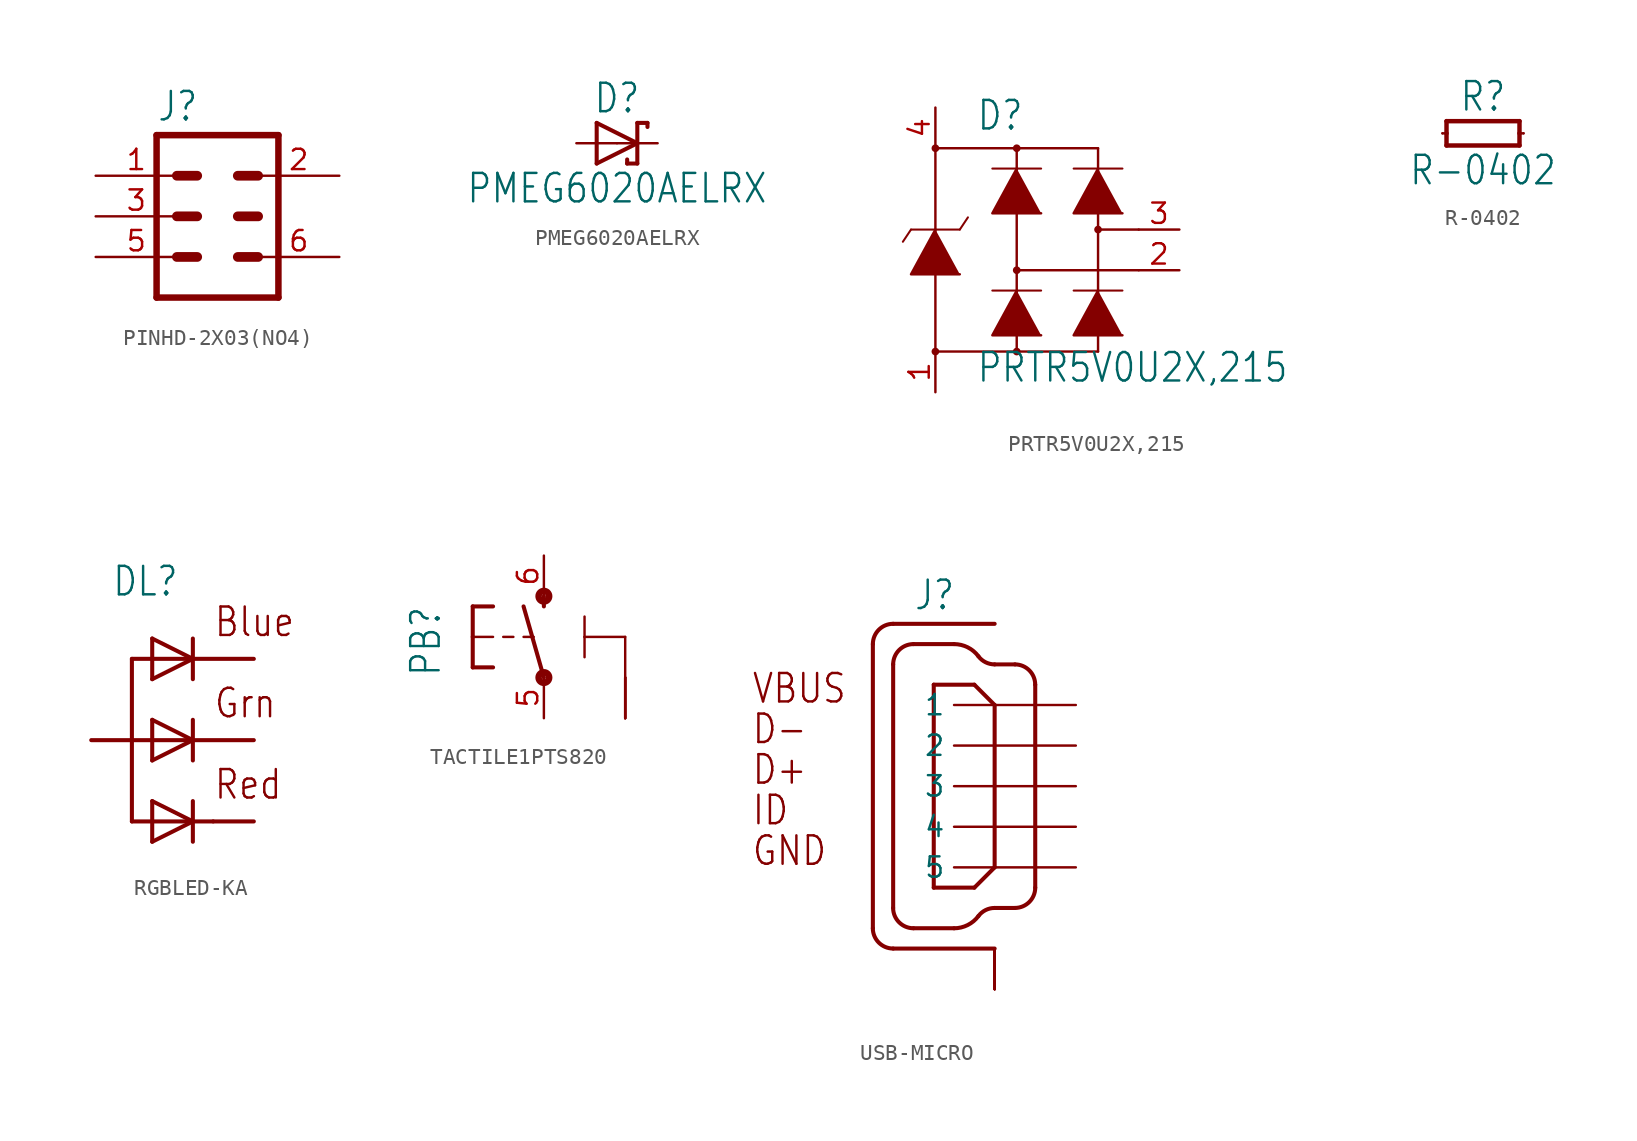
<source format=kicad_sym>
(kicad_symbol_lib
  (version 20211014)
  (generator kicad_symbol_editor)
  (symbol "PINHD-2X03(NO4)"
    (property "Reference" "J"
      (at -3.81 5.842 0)
      (effects (font (size 1.778 1.511)) (justify left bottom)))
    (property "ki_locked" ""
      (at 0 0 0)
      (effects (font (size 1.27 1.27))))
    (symbol "PINHD-2X03(NO4)_1_0"
      (polyline (pts (xy -3.81 5.08) (xy -3.81 -5.08)) (stroke (width 0.406) (type default) (color 0 0 0 0)) (fill (type none)))
      (polyline (pts (xy -3.81 5.08) (xy 3.81 5.08)) (stroke (width 0.406) (type default) (color 0 0 0 0)) (fill (type none)))
      (polyline (pts (xy -2.54 -2.54) (xy -1.27 -2.54)) (stroke (width 0.61) (type default) (color 0 0 0 0)) (fill (type none)))
      (polyline (pts (xy -2.54 0) (xy -1.27 0)) (stroke (width 0.61) (type default) (color 0 0 0 0)) (fill (type none)))
      (polyline (pts (xy -2.54 2.54) (xy -1.27 2.54)) (stroke (width 0.61) (type default) (color 0 0 0 0)) (fill (type none)))
      (polyline (pts (xy 1.27 -2.54) (xy 2.54 -2.54)) (stroke (width 0.61) (type default) (color 0 0 0 0)) (fill (type none)))
      (polyline (pts (xy 1.27 0) (xy 2.54 0)) (stroke (width 0.61) (type default) (color 0 0 0 0)) (fill (type none)))
      (polyline (pts (xy 1.27 2.54) (xy 2.54 2.54)) (stroke (width 0.61) (type default) (color 0 0 0 0)) (fill (type none)))
      (polyline (pts (xy 3.81 -5.08) (xy -3.81 -5.08)) (stroke (width 0.406) (type default) (color 0 0 0 0)) (fill (type none)))
      (polyline (pts (xy 3.81 -5.08) (xy 3.81 5.08)) (stroke (width 0.406) (type default) (color 0 0 0 0)) (fill (type none)))
      (pin passive line (at -7.62 2.54 0) (length 5.08) (name "1" (effects (font (size 0 0)))) (number "1" (effects (font (size 1.27 1.27)))))
      (pin passive line (at 7.62 2.54 180) (length 5.08) (name "2" (effects (font (size 0 0)))) (number "2" (effects (font (size 1.27 1.27)))))
      (pin passive line (at -7.62 0 0) (length 5.08) (name "3" (effects (font (size 0 0)))) (number "3" (effects (font (size 1.27 1.27)))))
      (pin passive line (at -7.62 -2.54 0) (length 5.08) (name "5" (effects (font (size 0 0)))) (number "5" (effects (font (size 1.27 1.27)))))
      (pin passive line (at 7.62 -2.54 180) (length 5.08) (name "6" (effects (font (size 0 0)))) (number "6" (effects (font (size 1.27 1.27)))))))
  (symbol "PMEG6020AELRX"
    (property "Reference" "D"
      (at 0 1.778 0)
      (effects (font (size 1.778 1.511)) (justify bottom)))
    (property "Value" "PMEG6020AELRX"
      (at 0 -1.778 0)
      (effects (font (size 1.778 1.511)) (justify top)))
    (property "ki_locked" ""
      (at 0 0 0)
      (effects (font (size 1.27 1.27))))
    (symbol "PMEG6020AELRX_1_0"
      (polyline (pts (xy -1.27 -1.27) (xy 1.27 0)) (stroke (width 0.254) (type default) (color 0 0 0 0)) (fill (type none)))
      (polyline (pts (xy -1.27 1.27) (xy -1.27 -1.27)) (stroke (width 0.254) (type default) (color 0 0 0 0)) (fill (type none)))
      (polyline (pts (xy 0.635 -1.016) (xy 0.635 -1.27)) (stroke (width 0.254) (type default) (color 0 0 0 0)) (fill (type none)))
      (polyline (pts (xy 1.27 -1.27) (xy 0.635 -1.27)) (stroke (width 0.254) (type default) (color 0 0 0 0)) (fill (type none)))
      (polyline (pts (xy 1.27 0) (xy -1.27 1.27)) (stroke (width 0.254) (type default) (color 0 0 0 0)) (fill (type none)))
      (polyline (pts (xy 1.27 0) (xy 1.27 -1.27)) (stroke (width 0.254) (type default) (color 0 0 0 0)) (fill (type none)))
      (polyline (pts (xy 1.27 1.27) (xy 1.27 0)) (stroke (width 0.254) (type default) (color 0 0 0 0)) (fill (type none)))
      (polyline (pts (xy 1.905 1.27) (xy 1.27 1.27)) (stroke (width 0.254) (type default) (color 0 0 0 0)) (fill (type none)))
      (polyline (pts (xy 1.905 1.27) (xy 1.905 1.016)) (stroke (width 0.254) (type default) (color 0 0 0 0)) (fill (type none)))
      (pin passive line (at -2.54 0 0) (length 2.54) (name "A" (effects (font (size 0 0)))) (number "A" (effects (font (size 0 0)))))
      (pin passive line (at 2.54 0 180) (length 2.54) (name "C" (effects (font (size 0 0)))) (number "C" (effects (font (size 0 0)))))))
  (symbol "PRTR5V0U2X,215"
    (property "Reference" "D"
      (at -2.54 6.096 0)
      (effects (font (size 1.778 1.511)) (justify left bottom)))
    (property "Value" "PRTR5V0U2X,215"
      (at -2.54 -9.652 0)
      (effects (font (size 1.778 1.511)) (justify left bottom)))
    (property "ki_locked" ""
      (at 0 0 0)
      (effects (font (size 1.27 1.27))))
    (symbol "PRTR5V0U2X,215_1_0"
      (circle (center -5.08 -7.62) (radius 0.102) (stroke (width 0.127) (type default) (color 0 0 0 0)) (fill (type none)))
      (circle (center -5.08 -7.62) (radius 0.178) (stroke (width 0.127) (type default) (color 0 0 0 0)) (fill (type none)))
      (circle (center -5.08 5.08) (radius 0.102) (stroke (width 0.127) (type default) (color 0 0 0 0)) (fill (type none)))
      (circle (center -5.08 5.08) (radius 0.178) (stroke (width 0.127) (type default) (color 0 0 0 0)) (fill (type none)))
      (circle (center 0 -7.62) (radius 0.102) (stroke (width 0.127) (type default) (color 0 0 0 0)) (fill (type none)))
      (circle (center 0 -7.62) (radius 0.178) (stroke (width 0.127) (type default) (color 0 0 0 0)) (fill (type none)))
      (circle (center 0 -2.54) (radius 0.102) (stroke (width 0.127) (type default) (color 0 0 0 0)) (fill (type none)))
      (circle (center 0 -2.54) (radius 0.178) (stroke (width 0.127) (type default) (color 0 0 0 0)) (fill (type none)))
      (polyline (pts (xy -6.604 0) (xy -7.112 -0.762)) (stroke (width 0.127) (type default) (color 0 0 0 0)) (fill (type none)))
      (polyline (pts (xy -6.604 0) (xy -3.556 0)) (stroke (width 0.127) (type default) (color 0 0 0 0)) (fill (type none)))
      (polyline (pts (xy -5.08 -7.62) (xy 5.08 -7.62)) (stroke (width 0.152) (type default) (color 0 0 0 0)) (fill (type none)))
      (polyline (pts (xy -5.08 5.08) (xy -5.08 -7.62)) (stroke (width 0.152) (type default) (color 0 0 0 0)) (fill (type none)))
      (polyline (pts (xy -5.08 5.08) (xy 5.08 5.08)) (stroke (width 0.152) (type default) (color 0 0 0 0)) (fill (type none)))
      (polyline (pts (xy -3.048 0.762) (xy -3.556 0)) (stroke (width 0.127) (type default) (color 0 0 0 0)) (fill (type none)))
      (polyline (pts (xy -1.524 -3.81) (xy 1.524 -3.81)) (stroke (width 0.127) (type default) (color 0 0 0 0)) (fill (type none)))
      (polyline (pts (xy -1.524 3.81) (xy 1.524 3.81)) (stroke (width 0.127) (type default) (color 0 0 0 0)) (fill (type none)))
      (polyline (pts (xy 0 -7.62) (xy 0 5.08)) (stroke (width 0.152) (type default) (color 0 0 0 0)) (fill (type none)))
      (polyline (pts (xy 0 -2.54) (xy 7.62 -2.54)) (stroke (width 0.152) (type default) (color 0 0 0 0)) (fill (type none)))
      (polyline (pts (xy 3.556 -3.81) (xy 6.604 -3.81)) (stroke (width 0.127) (type default) (color 0 0 0 0)) (fill (type none)))
      (polyline (pts (xy 3.556 3.81) (xy 6.604 3.81)) (stroke (width 0.127) (type default) (color 0 0 0 0)) (fill (type none)))
      (polyline (pts (xy 5.08 -7.62) (xy 5.08 5.08)) (stroke (width 0.152) (type default) (color 0 0 0 0)) (fill (type none)))
      (polyline (pts (xy 5.08 0) (xy 7.62 0)) (stroke (width 0.152) (type default) (color 0 0 0 0)) (fill (type none)))
      (polyline (pts (xy -5.08 0) (xy -6.604 -2.794) (xy -3.556 -2.794)) (stroke (width 0) (type default) (color 0 0 0 0)) (fill (type outline)))
      (polyline (pts (xy 0 -3.81) (xy -1.524 -6.604) (xy 1.524 -6.604)) (stroke (width 0) (type default) (color 0 0 0 0)) (fill (type outline)))
      (polyline (pts (xy 0 3.81) (xy -1.524 1.016) (xy 1.524 1.016)) (stroke (width 0) (type default) (color 0 0 0 0)) (fill (type outline)))
      (polyline (pts (xy 5.08 -3.81) (xy 3.556 -6.604) (xy 6.604 -6.604)) (stroke (width 0) (type default) (color 0 0 0 0)) (fill (type outline)))
      (polyline (pts (xy 5.08 3.81) (xy 3.556 1.016) (xy 6.604 1.016)) (stroke (width 0) (type default) (color 0 0 0 0)) (fill (type outline)))
      (circle (center 0 5.08) (radius 0.102) (stroke (width 0.127) (type default) (color 0 0 0 0)) (fill (type none)))
      (circle (center 0 5.08) (radius 0.178) (stroke (width 0.127) (type default) (color 0 0 0 0)) (fill (type none)))
      (circle (center 5.08 0) (radius 0.102) (stroke (width 0.127) (type default) (color 0 0 0 0)) (fill (type none)))
      (circle (center 5.08 0) (radius 0.178) (stroke (width 0.127) (type default) (color 0 0 0 0)) (fill (type none)))
      (pin passive line (at -5.08 -10.16 90) (length 2.54) (name "1" (effects (font (size 0 0)))) (number "1" (effects (font (size 1.27 1.27)))))
      (pin passive line (at 10.16 -2.54 180) (length 2.54) (name "2" (effects (font (size 0 0)))) (number "2" (effects (font (size 1.27 1.27)))))
      (pin passive line (at 10.16 0 180) (length 2.54) (name "3" (effects (font (size 0 0)))) (number "3" (effects (font (size 1.27 1.27)))))
      (pin passive line (at -5.08 7.62 270) (length 2.54) (name "4" (effects (font (size 0 0)))) (number "4" (effects (font (size 1.27 1.27)))))))
  (symbol "R-0402"
    (property "Reference" "R"
      (at 0 1.27 0)
      (effects (font (size 1.778 1.511)) (justify bottom)))
    (property "Value" "R-0402"
      (at 0 -1.27 0)
      (effects (font (size 1.778 1.511)) (justify top)))
    (property "ki_locked" ""
      (at 0 0 0)
      (effects (font (size 1.27 1.27))))
    (symbol "R-0402_1_0"
      (polyline (pts (xy -2.54 0) (xy -2.286 0)) (stroke (width 0.152) (type default) (color 0 0 0 0)) (fill (type none)))
      (polyline (pts (xy -2.286 -0.762) (xy -2.286 0)) (stroke (width 0.279) (type default) (color 0 0 0 0)) (fill (type none)))
      (polyline (pts (xy -2.286 -0.762) (xy 2.286 -0.762)) (stroke (width 0.279) (type default) (color 0 0 0 0)) (fill (type none)))
      (polyline (pts (xy -2.286 0) (xy -2.286 0.762)) (stroke (width 0.279) (type default) (color 0 0 0 0)) (fill (type none)))
      (polyline (pts (xy -2.286 0.762) (xy 2.286 0.762)) (stroke (width 0.279) (type default) (color 0 0 0 0)) (fill (type none)))
      (polyline (pts (xy 2.286 0) (xy 2.286 -0.762)) (stroke (width 0.279) (type default) (color 0 0 0 0)) (fill (type none)))
      (polyline (pts (xy 2.286 0) (xy 2.54 0)) (stroke (width 0.152) (type default) (color 0 0 0 0)) (fill (type none)))
      (polyline (pts (xy 2.286 0.762) (xy 2.286 0)) (stroke (width 0.279) (type default) (color 0 0 0 0)) (fill (type none)))
      (pin passive line (at -2.54 0 0) (length 0) (name "1" (effects (font (size 0 0)))) (number "1" (effects (font (size 0 0)))))
      (pin passive line (at 2.54 0 180) (length 0) (name "2" (effects (font (size 0 0)))) (number "2" (effects (font (size 0 0)))))))
  (symbol "RGBLED-KA"
    (property "Reference" "DL"
      (at -3.81 8.89 0)
      (effects (font (size 1.778 1.511)) (justify left bottom)))
    (property "ki_locked" ""
      (at 0 0 0)
      (effects (font (size 1.27 1.27))))
    (symbol "RGBLED-KA_1_0"
      (polyline (pts (xy -2.54 -5.08) (xy -2.54 0)) (stroke (width 0.254) (type default) (color 0 0 0 0)) (fill (type none)))
      (polyline (pts (xy -2.54 0) (xy -5.08 0)) (stroke (width 0.254) (type default) (color 0 0 0 0)) (fill (type none)))
      (polyline (pts (xy -2.54 0) (xy -2.54 5.08)) (stroke (width 0.254) (type default) (color 0 0 0 0)) (fill (type none)))
      (polyline (pts (xy -2.54 5.08) (xy 1.27 5.08)) (stroke (width 0.254) (type default) (color 0 0 0 0)) (fill (type none)))
      (polyline (pts (xy -1.27 -6.35) (xy 1.27 -5.08)) (stroke (width 0.254) (type default) (color 0 0 0 0)) (fill (type none)))
      (polyline (pts (xy -1.27 -3.81) (xy -1.27 -6.35)) (stroke (width 0.254) (type default) (color 0 0 0 0)) (fill (type none)))
      (polyline (pts (xy -1.27 -1.27) (xy 1.27 0)) (stroke (width 0.254) (type default) (color 0 0 0 0)) (fill (type none)))
      (polyline (pts (xy -1.27 1.27) (xy -1.27 -1.27)) (stroke (width 0.254) (type default) (color 0 0 0 0)) (fill (type none)))
      (polyline (pts (xy -1.27 3.81) (xy 1.27 5.08)) (stroke (width 0.254) (type default) (color 0 0 0 0)) (fill (type none)))
      (polyline (pts (xy -1.27 6.35) (xy -1.27 3.81)) (stroke (width 0.254) (type default) (color 0 0 0 0)) (fill (type none)))
      (polyline (pts (xy 1.27 -6.35) (xy 1.27 -5.08)) (stroke (width 0.254) (type default) (color 0 0 0 0)) (fill (type none)))
      (polyline (pts (xy 1.27 -5.08) (xy -2.54 -5.08)) (stroke (width 0.254) (type default) (color 0 0 0 0)) (fill (type none)))
      (polyline (pts (xy 1.27 -5.08) (xy -1.27 -3.81)) (stroke (width 0.254) (type default) (color 0 0 0 0)) (fill (type none)))
      (polyline (pts (xy 1.27 -5.08) (xy 1.27 -3.81)) (stroke (width 0.254) (type default) (color 0 0 0 0)) (fill (type none)))
      (polyline (pts (xy 1.27 -5.08) (xy 2.54 -5.08)) (stroke (width 0.254) (type default) (color 0 0 0 0)) (fill (type none)))
      (polyline (pts (xy 1.27 0) (xy -2.54 0)) (stroke (width 0.254) (type default) (color 0 0 0 0)) (fill (type none)))
      (polyline (pts (xy 1.27 0) (xy -1.27 1.27)) (stroke (width 0.254) (type default) (color 0 0 0 0)) (fill (type none)))
      (polyline (pts (xy 1.27 0) (xy 1.27 -1.27)) (stroke (width 0.254) (type default) (color 0 0 0 0)) (fill (type none)))
      (polyline (pts (xy 1.27 1.27) (xy 1.27 0)) (stroke (width 0.254) (type default) (color 0 0 0 0)) (fill (type none)))
      (polyline (pts (xy 1.27 5.08) (xy -1.27 6.35)) (stroke (width 0.254) (type default) (color 0 0 0 0)) (fill (type none)))
      (polyline (pts (xy 1.27 5.08) (xy 1.27 3.81)) (stroke (width 0.254) (type default) (color 0 0 0 0)) (fill (type none)))
      (polyline (pts (xy 1.27 5.08) (xy 5.08 5.08)) (stroke (width 0.254) (type default) (color 0 0 0 0)) (fill (type none)))
      (polyline (pts (xy 1.27 6.35) (xy 1.27 5.08)) (stroke (width 0.254) (type default) (color 0 0 0 0)) (fill (type none)))
      (polyline (pts (xy 2.54 -5.08) (xy 5.08 -5.08)) (stroke (width 0.254) (type default) (color 0 0 0 0)) (fill (type none)))
      (polyline (pts (xy 5.08 0) (xy 1.27 0)) (stroke (width 0.254) (type default) (color 0 0 0 0)) (fill (type none)))
      (text "Blue" (at 2.54 6.35 0) (effects (font (size 1.778 1.511)) (justify left bottom)))
      (text "Grn" (at 2.54 1.27 0) (effects (font (size 1.778 1.511)) (justify left bottom)))
      (text "Red" (at 2.54 -3.81 0) (effects (font (size 1.778 1.511)) (justify left bottom)))
      (pin bidirectional line (at -5.08 0 0) (length 0) (name "A" (effects (font (size 0 0)))) (number "1" (effects (font (size 0 0)))))
      (pin bidirectional line (at 5.08 -5.08 180) (length 0) (name "RED_C" (effects (font (size 0 0)))) (number "2" (effects (font (size 0 0)))))
      (pin bidirectional line (at 5.08 5.08 180) (length 0) (name "BLUE_C" (effects (font (size 0 0)))) (number "3" (effects (font (size 0 0)))))
      (pin bidirectional line (at 5.08 0 180) (length 0) (name "GREEN_C" (effects (font (size 0 0)))) (number "4" (effects (font (size 0 0)))))))
  (symbol "TACTILE1PTS820"
    (property "Reference" "PB"
      (at -6.35 -2.54 90)
      (effects (font (size 1.778 1.511)) (justify left bottom)))
    (property "ki_locked" ""
      (at 0 0 0)
      (effects (font (size 1.27 1.27))))
    (symbol "TACTILE1PTS820_1_0"
      (circle (center 0 -2.54) (radius 0.127) (stroke (width 0.406) (type default) (color 0 0 0 0)) (fill (type none)))
      (polyline (pts (xy -4.445 -1.905) (xy -3.175 -1.905)) (stroke (width 0.254) (type default) (color 0 0 0 0)) (fill (type none)))
      (polyline (pts (xy -4.445 0) (xy -4.445 -1.905)) (stroke (width 0.254) (type default) (color 0 0 0 0)) (fill (type none)))
      (polyline (pts (xy -4.445 0) (xy -3.175 0)) (stroke (width 0.152) (type default) (color 0 0 0 0)) (fill (type none)))
      (polyline (pts (xy -4.445 1.905) (xy -4.445 0)) (stroke (width 0.254) (type default) (color 0 0 0 0)) (fill (type none)))
      (polyline (pts (xy -4.445 1.905) (xy -3.175 1.905)) (stroke (width 0.254) (type default) (color 0 0 0 0)) (fill (type none)))
      (polyline (pts (xy -2.54 0) (xy -1.905 0)) (stroke (width 0.152) (type default) (color 0 0 0 0)) (fill (type none)))
      (polyline (pts (xy -1.27 0) (xy -0.635 0)) (stroke (width 0.152) (type default) (color 0 0 0 0)) (fill (type none)))
      (polyline (pts (xy 0 -2.54) (xy -1.27 1.905)) (stroke (width 0.254) (type default) (color 0 0 0 0)) (fill (type none)))
      (polyline (pts (xy 0 1.905) (xy 0 2.54)) (stroke (width 0.254) (type default) (color 0 0 0 0)) (fill (type none)))
      (polyline (pts (xy 2.54 0) (xy 2.54 -1.27)) (stroke (width 0.152) (type default) (color 0 0 0 0)) (fill (type none)))
      (polyline (pts (xy 2.54 0) (xy 2.54 1.27)) (stroke (width 0.152) (type default) (color 0 0 0 0)) (fill (type none)))
      (polyline (pts (xy 5.08 -2.54) (xy 5.08 0)) (stroke (width 0.152) (type default) (color 0 0 0 0)) (fill (type none)))
      (polyline (pts (xy 5.08 0) (xy 2.54 0)) (stroke (width 0.152) (type default) (color 0 0 0 0)) (fill (type none)))
      (circle (center 0 2.54) (radius 0.127) (stroke (width 0.406) (type default) (color 0 0 0 0)) (fill (type none)))
      (pin power_in line (at 5.08 -5.08 90) (length 2.54) (name "3" (effects (font (size 0 0)))) (number "1" (effects (font (size 0 0)))))
      (pin power_in line (at 5.08 -5.08 90) (length 2.54) (name "3" (effects (font (size 0 0)))) (number "2" (effects (font (size 0 0)))))
      (pin power_in line (at 5.08 -5.08 90) (length 2.54) (name "3" (effects (font (size 0 0)))) (number "3" (effects (font (size 0 0)))))
      (pin power_in line (at 5.08 -5.08 90) (length 2.54) (name "3" (effects (font (size 0 0)))) (number "4" (effects (font (size 0 0)))))
      (pin passive line (at 0 -5.08 90) (length 2.54) (name "1" (effects (font (size 0 0)))) (number "5" (effects (font (size 1.27 1.27)))))
      (pin passive line (at 0 5.08 270) (length 2.54) (name "2" (effects (font (size 0 0)))) (number "6" (effects (font (size 1.27 1.27)))))))
  (symbol "USB-MICRO"
    (property "Reference" "J"
      (at -2.54 10.922 0)
      (effects (font (size 1.778 1.511)) (justify left bottom)))
    (property "ki_locked" ""
      (at 0 0 0)
      (effects (font (size 1.27 1.27))))
    (symbol "USB-MICRO_1_0"
      (arc (start -5.08 -8.89) (mid -4.708 -9.788) (end -3.81 -10.16) (stroke (width 0.254) (type default) (color 0 0 0 0)) (fill (type none)))
      (arc (start -3.81 -7.62) (mid -3.438 -8.518) (end -2.54 -8.89) (stroke (width 0.254) (type default) (color 0 0 0 0)) (fill (type none)))
      (arc (start -3.81 10.16) (mid -4.708 9.788) (end -5.08 8.89) (stroke (width 0.254) (type default) (color 0 0 0 0)) (fill (type none)))
      (arc (start -2.54 8.89) (mid -3.438 8.518) (end -3.81 7.62) (stroke (width 0.254) (type default) (color 0 0 0 0)) (fill (type none)))
      (arc (start 0 -8.89) (mid 0.8519 -8.6889) (end 1.524 -8.128) (stroke (width 0.254) (type default) (color 0 0 0 0)) (fill (type none)))
      (polyline (pts (xy -5.08 -8.89) (xy -5.08 8.89)) (stroke (width 0.254) (type default) (color 0 0 0 0)) (fill (type none)))
      (polyline (pts (xy -3.81 -7.62) (xy -3.81 7.62)) (stroke (width 0.254) (type default) (color 0 0 0 0)) (fill (type none)))
      (polyline (pts (xy -1.27 -6.35) (xy -1.27 6.35)) (stroke (width 0.254) (type default) (color 0 0 0 0)) (fill (type none)))
      (polyline (pts (xy -1.27 6.35) (xy 1.27 6.35)) (stroke (width 0.254) (type default) (color 0 0 0 0)) (fill (type none)))
      (polyline (pts (xy 0 -8.89) (xy -2.54 -8.89)) (stroke (width 0.254) (type default) (color 0 0 0 0)) (fill (type none)))
      (polyline (pts (xy 0 8.89) (xy -2.54 8.89)) (stroke (width 0.254) (type default) (color 0 0 0 0)) (fill (type none)))
      (polyline (pts (xy 1.27 -6.35) (xy -1.27 -6.35)) (stroke (width 0.254) (type default) (color 0 0 0 0)) (fill (type none)))
      (polyline (pts (xy 1.27 6.35) (xy 2.54 5.08)) (stroke (width 0.254) (type default) (color 0 0 0 0)) (fill (type none)))
      (polyline (pts (xy 2.54 -10.16) (xy -3.81 -10.16)) (stroke (width 0.254) (type default) (color 0 0 0 0)) (fill (type none)))
      (polyline (pts (xy 2.54 -5.08) (xy 1.27 -6.35)) (stroke (width 0.254) (type default) (color 0 0 0 0)) (fill (type none)))
      (polyline (pts (xy 2.54 5.08) (xy 2.54 -5.08)) (stroke (width 0.254) (type default) (color 0 0 0 0)) (fill (type none)))
      (polyline (pts (xy 2.54 10.16) (xy -3.81 10.16)) (stroke (width 0.254) (type default) (color 0 0 0 0)) (fill (type none)))
      (polyline (pts (xy 3.81 -7.62) (xy 2.54 -7.62)) (stroke (width 0.254) (type default) (color 0 0 0 0)) (fill (type none)))
      (polyline (pts (xy 3.81 7.62) (xy 2.54 7.62)) (stroke (width 0.254) (type default) (color 0 0 0 0)) (fill (type none)))
      (polyline (pts (xy 5.08 6.35) (xy 5.08 -6.35)) (stroke (width 0.254) (type default) (color 0 0 0 0)) (fill (type none)))
      (arc (start 1.524 8.128) (mid 0.8519 8.6889) (end 0 8.89) (stroke (width 0.254) (type default) (color 0 0 0 0)) (fill (type none)))
      (arc (start 1.524 8.128) (mid 1.972 7.7541) (end 2.54 7.62) (stroke (width 0.254) (type default) (color 0 0 0 0)) (fill (type none)))
      (arc (start 2.54 -7.62) (mid 1.972 -7.7541) (end 1.524 -8.128) (stroke (width 0.254) (type default) (color 0 0 0 0)) (fill (type none)))
      (arc (start 3.81 -7.62) (mid 4.708 -7.248) (end 5.08 -6.35) (stroke (width 0.254) (type default) (color 0 0 0 0)) (fill (type none)))
      (arc (start 5.08 6.35) (mid 4.708 7.248) (end 3.81 7.62) (stroke (width 0.254) (type default) (color 0 0 0 0)) (fill (type none)))
      (text "D+" (at -12.7 0 0) (effects (font (size 1.778 1.511)) (justify left bottom)))
      (text "D-" (at -12.7 2.54 0) (effects (font (size 1.778 1.511)) (justify left bottom)))
      (text "GND" (at -12.7 -5.08 0) (effects (font (size 1.778 1.511)) (justify left bottom)))
      (text "ID" (at -12.7 -2.54 0) (effects (font (size 1.778 1.511)) (justify left bottom)))
      (text "VBUS" (at -12.7 5.08 0) (effects (font (size 1.778 1.511)) (justify left bottom)))
      (pin passive line (at 7.62 5.08 180) (length 7.62) (name "1" (effects (font (size 1.27 1.27)))) (number "1" (effects (font (size 0 0)))))
      (pin passive line (at 2.54 -12.7 90) (length 2.54) (name "SH" (effects (font (size 0 0)))) (number "10" (effects (font (size 0 0)))))
      (pin passive line (at 2.54 -12.7 90) (length 2.54) (name "SH" (effects (font (size 0 0)))) (number "11" (effects (font (size 0 0)))))
      (pin passive line (at 7.62 2.54 180) (length 7.62) (name "2" (effects (font (size 1.27 1.27)))) (number "2" (effects (font (size 0 0)))))
      (pin passive line (at 7.62 0 180) (length 7.62) (name "3" (effects (font (size 1.27 1.27)))) (number "3" (effects (font (size 0 0)))))
      (pin passive line (at 7.62 -2.54 180) (length 7.62) (name "4" (effects (font (size 1.27 1.27)))) (number "4" (effects (font (size 0 0)))))
      (pin passive line (at 7.62 -5.08 180) (length 7.62) (name "5" (effects (font (size 1.27 1.27)))) (number "5" (effects (font (size 0 0)))))
      (pin passive line (at 2.54 -12.7 90) (length 2.54) (name "SH" (effects (font (size 0 0)))) (number "6" (effects (font (size 0 0)))))
      (pin passive line (at 2.54 -12.7 90) (length 2.54) (name "SH" (effects (font (size 0 0)))) (number "7" (effects (font (size 0 0)))))
      (pin passive line (at 2.54 -12.7 90) (length 2.54) (name "SH" (effects (font (size 0 0)))) (number "8" (effects (font (size 0 0)))))
      (pin passive line (at 2.54 -12.7 90) (length 2.54) (name "SH" (effects (font (size 0 0)))) (number "9" (effects (font (size 0 0))))))))
</source>
